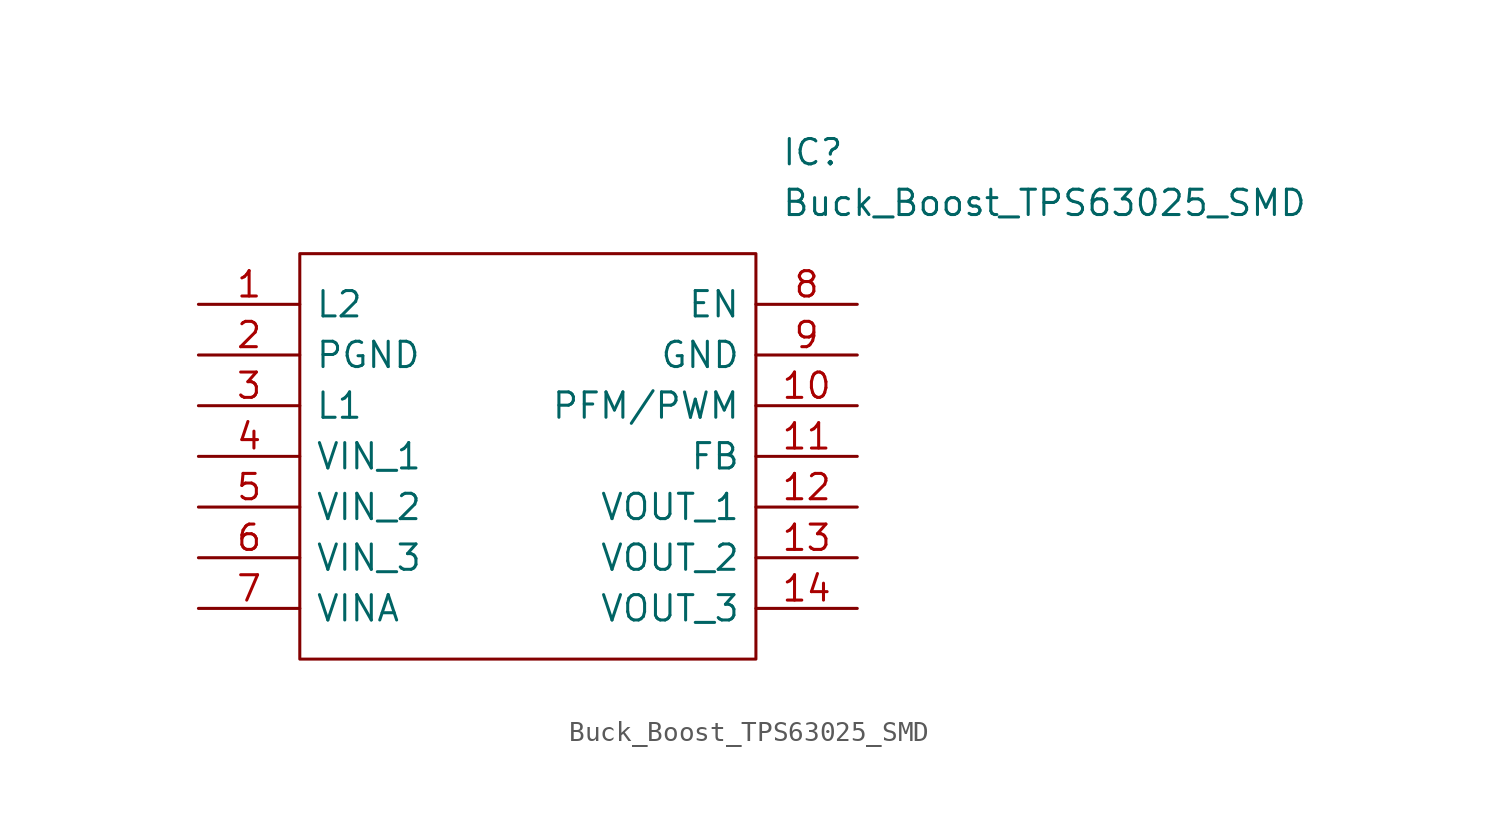
<source format=kicad_sym>
(kicad_symbol_lib
  (version 20231120)
  (generator "kicad_symbol_editor")
  (generator_version "8.0")
  (symbol "Buck_Boost_TPS63025_SMD"
    (pin_names
      (offset 0.762))
    (property "Reference" "IC"
      (at 29.21 7.62 0)
      (effects (font (size 1.27 1.27)) (justify left)))
    (property "Value" "Buck_Boost_TPS63025_SMD"
      (at 29.21 5.08 0)
      (effects (font (size 1.27 1.27)) (justify left)))
    (symbol "Buck_Boost_TPS63025_SMD_0_0"
      (pin passive line (at 0 0 0) (length 5.08) (name "L2" (effects (font (size 1.27 1.27)))) (number "1" (effects (font (size 1.27 1.27)))))
      (pin passive line (at 33.02 -5.08 180) (length 5.08) (name "PFM/PWM" (effects (font (size 1.27 1.27)))) (number "10" (effects (font (size 1.27 1.27)))))
      (pin passive line (at 33.02 -7.62 180) (length 5.08) (name "FB" (effects (font (size 1.27 1.27)))) (number "11" (effects (font (size 1.27 1.27)))))
      (pin passive line (at 33.02 -10.16 180) (length 5.08) (name "VOUT_1" (effects (font (size 1.27 1.27)))) (number "12" (effects (font (size 1.27 1.27)))))
      (pin passive line (at 33.02 -12.7 180) (length 5.08) (name "VOUT_2" (effects (font (size 1.27 1.27)))) (number "13" (effects (font (size 1.27 1.27)))))
      (pin passive line (at 33.02 -15.24 180) (length 5.08) (name "VOUT_3" (effects (font (size 1.27 1.27)))) (number "14" (effects (font (size 1.27 1.27)))))
      (pin passive line (at 0 -2.54 0) (length 5.08) (name "PGND" (effects (font (size 1.27 1.27)))) (number "2" (effects (font (size 1.27 1.27)))))
      (pin passive line (at 0 -5.08 0) (length 5.08) (name "L1" (effects (font (size 1.27 1.27)))) (number "3" (effects (font (size 1.27 1.27)))))
      (pin passive line (at 0 -7.62 0) (length 5.08) (name "VIN_1" (effects (font (size 1.27 1.27)))) (number "4" (effects (font (size 1.27 1.27)))))
      (pin passive line (at 0 -10.16 0) (length 5.08) (name "VIN_2" (effects (font (size 1.27 1.27)))) (number "5" (effects (font (size 1.27 1.27)))))
      (pin passive line (at 0 -12.7 0) (length 5.08) (name "VIN_3" (effects (font (size 1.27 1.27)))) (number "6" (effects (font (size 1.27 1.27)))))
      (pin passive line (at 0 -15.24 0) (length 5.08) (name "VINA" (effects (font (size 1.27 1.27)))) (number "7" (effects (font (size 1.27 1.27)))))
      (pin passive line (at 33.02 0 180) (length 5.08) (name "EN" (effects (font (size 1.27 1.27)))) (number "8" (effects (font (size 1.27 1.27)))))
      (pin passive line (at 33.02 -2.54 180) (length 5.08) (name "GND" (effects (font (size 1.27 1.27)))) (number "9" (effects (font (size 1.27 1.27))))))
    (symbol "Buck_Boost_TPS63025_SMD_0_1"
      (polyline (pts (xy 5.08 2.54) (xy 27.94 2.54) (xy 27.94 -17.78) (xy 5.08 -17.78) (xy 5.08 2.54)) (stroke (width 0.152) (type solid)) (fill (type none))))))
</source>
